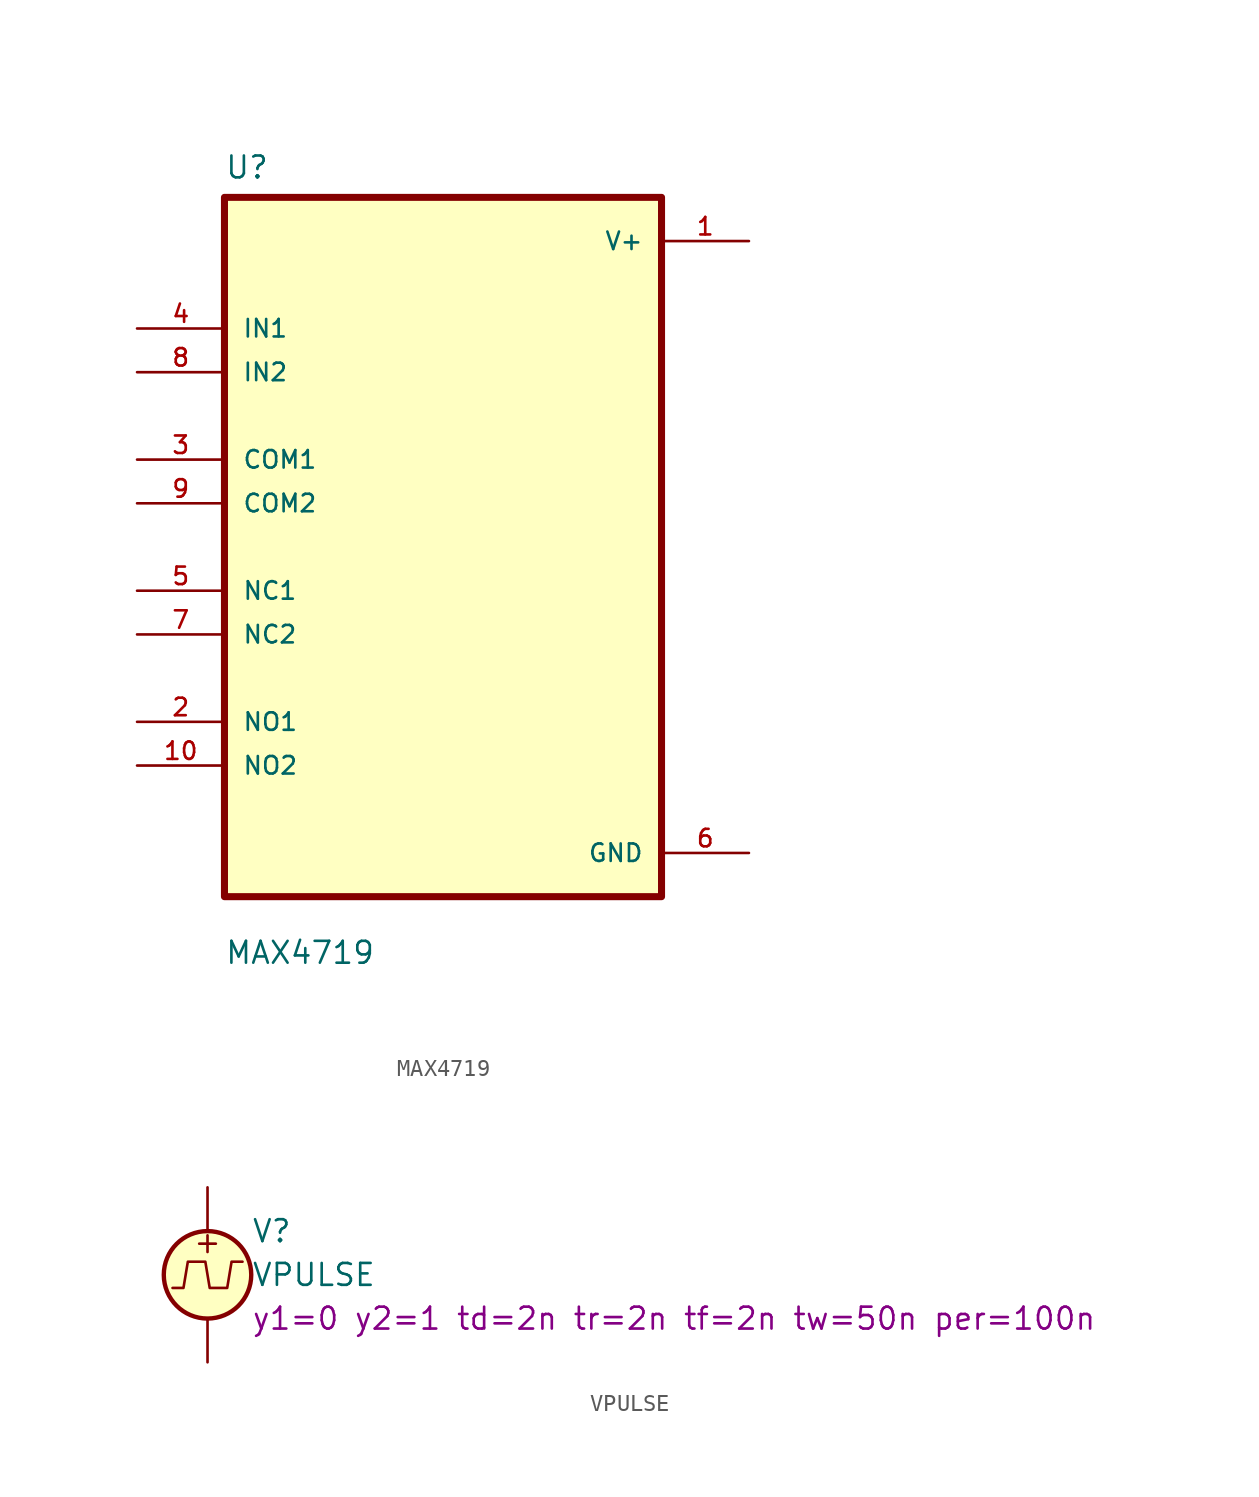
<source format=kicad_sym>
(kicad_symbol_lib
  (version 20231120)
  (generator "kicad_symbol_editor")
  (generator_version "8.0")
  (symbol "MAX4719"
    (pin_names
      (offset 1.016))
    (property "Reference" "U"
      (at -12.7 21.32 0)
      (effects (font (size 1.27 1.27)) (justify left bottom)))
    (property "Value" "MAX4719"
      (at -12.7 -24.32 0)
      (effects (font (size 1.27 1.27)) (justify left bottom)))
    (symbol "MAX4719_0_0"
      (rectangle (start -12.7 -20.32) (end 12.7 20.32) (stroke (width 0.41) (type default)) (fill (type background)))
      (pin passive line (at 17.78 17.78 180) (length 5.08) (name "V+" (effects (font (size 1.016 1.016)))) (number "1" (effects (font (size 1.016 1.016)))))
      (pin passive line (at -17.78 -12.7 0) (length 5.08) (name "NO2" (effects (font (size 1.016 1.016)))) (number "10" (effects (font (size 1.016 1.016)))))
      (pin passive line (at -17.78 -10.16 0) (length 5.08) (name "NO1" (effects (font (size 1.016 1.016)))) (number "2" (effects (font (size 1.016 1.016)))))
      (pin passive line (at -17.78 5.08 0) (length 5.08) (name "COM1" (effects (font (size 1.016 1.016)))) (number "3" (effects (font (size 1.016 1.016)))))
      (pin passive line (at -17.78 12.7 0) (length 5.08) (name "IN1" (effects (font (size 1.016 1.016)))) (number "4" (effects (font (size 1.016 1.016)))))
      (pin passive line (at -17.78 -2.54 0) (length 5.08) (name "NC1" (effects (font (size 1.016 1.016)))) (number "5" (effects (font (size 1.016 1.016)))))
      (pin passive line (at 17.78 -17.78 180) (length 5.08) (name "GND" (effects (font (size 1.016 1.016)))) (number "6" (effects (font (size 1.016 1.016)))))
      (pin passive line (at -17.78 -5.08 0) (length 5.08) (name "NC2" (effects (font (size 1.016 1.016)))) (number "7" (effects (font (size 1.016 1.016)))))
      (pin passive line (at -17.78 10.16 0) (length 5.08) (name "IN2" (effects (font (size 1.016 1.016)))) (number "8" (effects (font (size 1.016 1.016)))))
      (pin passive line (at -17.78 2.54 0) (length 5.08) (name "COM2" (effects (font (size 1.016 1.016)))) (number "9" (effects (font (size 1.016 1.016)))))))
  (symbol "VPULSE"
    (pin_numbers hide)
    (pin_names
      (offset 0.025))
    (property "Reference" "V"
      (at 2.54 2.54 0)
      (effects (font (size 1.27 1.27)) (justify left)))
    (property "Value" "VPULSE"
      (at 2.54 0 0)
      (effects (font (size 1.27 1.27)) (justify left)))
    (property "Sim.Params" "y1=0 y2=1 td=2n tr=2n tf=2n tw=50n per=100n"
      (at 2.54 -2.54 0)
      (effects (font (size 1.27 1.27)) (justify left)))
    (symbol "VPULSE_0_0"
      (polyline (pts (xy -2.032 -0.762) (xy -1.397 -0.762) (xy -1.143 0.762) (xy -0.127 0.762) (xy 0.127 -0.762) (xy 1.143 -0.762) (xy 1.397 0.762) (xy 2.032 0.762)) (stroke (width 0) (type default)) (fill (type none)))
      (text "+" (at 0 1.905 0) (effects (font (size 1.27 1.27)))))
    (symbol "VPULSE_0_1"
      (circle (center 0 0) (radius 2.54) (stroke (width 0.254) (type default)) (fill (type background))))
    (symbol "VPULSE_1_1"
      (pin passive line (at 0 5.08 270) (length 2.54) (name "~" (effects (font (size 1.27 1.27)))) (number "1" (effects (font (size 1.27 1.27)))))
      (pin passive line (at 0 -5.08 90) (length 2.54) (name "~" (effects (font (size 1.27 1.27)))) (number "2" (effects (font (size 1.27 1.27))))))))
</source>
